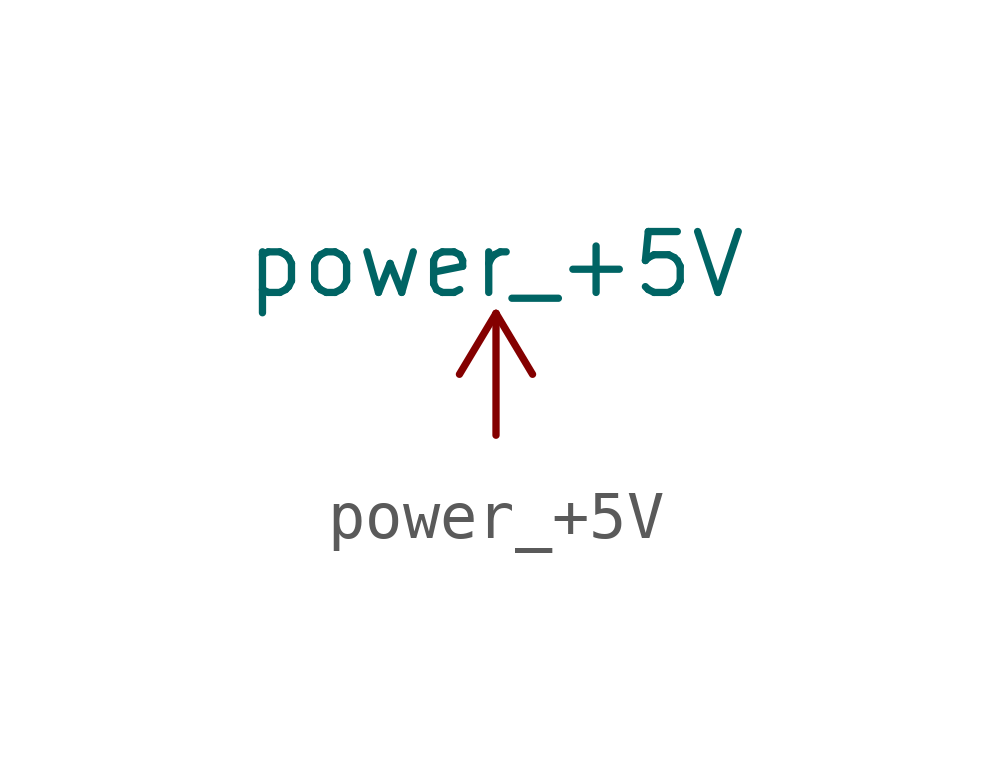
<source format=kicad_sym>
(kicad_symbol_lib
  (version 20201005)
  (generator kicad_symbol_editor)
  (symbol "arisutea-pcb:power_+5V"
    (power)
    (pin_names
      (offset 0))
    (property "Reference" "#PWR"
      (at 0 -3.81 0)
      (effects (font (size 1.27 1.27)) hide))
    (property "Value" "power_+5V"
      (at 0 3.556 0)
      (effects (font (size 1.27 1.27))))
    (symbol "power_+5V_0_1"
      (polyline (pts (xy -0.762 1.27) (xy 0 2.54)) (stroke (width 0)) (fill (type none)))
      (polyline (pts (xy 0 0) (xy 0 2.54)) (stroke (width 0)) (fill (type none)))
      (polyline (pts (xy 0 2.54) (xy 0.762 1.27)) (stroke (width 0)) (fill (type none))))
    (symbol "power_+5V_1_1"
      (pin power_in line (at 0 0 90) (length 0) hide (name "+5V" (effects (font (size 1.27 1.27)))) (number "1" (effects (font (size 1.27 1.27))))))))
</source>
